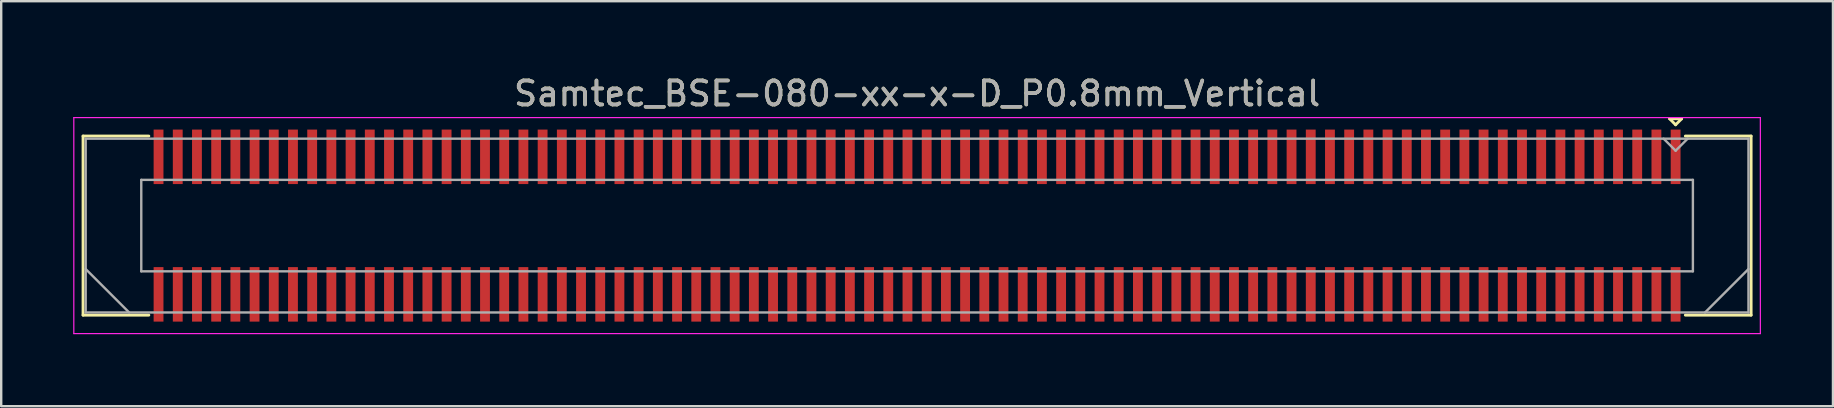
<source format=kicad_pcb>
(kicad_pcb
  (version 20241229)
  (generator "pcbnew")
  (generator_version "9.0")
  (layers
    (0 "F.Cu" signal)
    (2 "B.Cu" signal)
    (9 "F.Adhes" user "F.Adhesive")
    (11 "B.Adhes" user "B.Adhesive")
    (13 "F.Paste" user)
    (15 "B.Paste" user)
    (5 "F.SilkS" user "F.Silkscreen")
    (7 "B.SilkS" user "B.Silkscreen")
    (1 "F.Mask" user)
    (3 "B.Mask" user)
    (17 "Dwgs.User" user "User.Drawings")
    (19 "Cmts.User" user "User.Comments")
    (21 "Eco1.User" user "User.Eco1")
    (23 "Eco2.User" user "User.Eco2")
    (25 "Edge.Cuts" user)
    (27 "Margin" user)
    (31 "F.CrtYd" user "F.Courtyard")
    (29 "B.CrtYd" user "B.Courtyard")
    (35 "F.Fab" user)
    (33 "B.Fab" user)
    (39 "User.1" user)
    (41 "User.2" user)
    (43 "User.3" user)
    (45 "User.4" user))
  (footprint "Samtec_BSE-080-xx-x-D_P0.8mm_Vertical"
    (layer "F.Cu")
    (at 35.155 6.348)
    (property "Reference" "Samtec_BSE-080-xx-x-D_P0.8mm_Vertical" (at 0 -5.5 0) (layer "F.SilkS") (effects (font (size 1 1) (thickness 0.15))))
    (attr smd)
    (fp_line (start -34.745 -3.73) (end -32.005 -3.73) (stroke (width 0.12) (type solid)) (layer "F.SilkS"))
    (fp_line (start -34.745 3.73) (end -34.745 -3.73) (stroke (width 0.12) (type solid)) (layer "F.SilkS"))
    (fp_line (start -32.005 3.73) (end -34.745 3.73) (stroke (width 0.12) (type solid)) (layer "F.SilkS"))
    (fp_line (start 31.35 -4.45) (end 31.85 -4.45) (stroke (width 0.12) (type solid)) (layer "F.SilkS"))
    (fp_line (start 31.6 -4.2) (end 31.35 -4.45) (stroke (width 0.12) (type solid)) (layer "F.SilkS"))
    (fp_line (start 31.85 -4.45) (end 31.6 -4.2) (stroke (width 0.12) (type solid)) (layer "F.SilkS"))
    (fp_line (start 32.005 3.73) (end 34.745 3.73) (stroke (width 0.12) (type solid)) (layer "F.SilkS"))
    (fp_line (start 34.745 -3.73) (end 32.005 -3.73) (stroke (width 0.12) (type solid)) (layer "F.SilkS"))
    (fp_line (start 34.745 3.73) (end 34.745 -3.73) (stroke (width 0.12) (type solid)) (layer "F.SilkS"))
    (fp_line (start -35.13 -4.5) (end -35.13 4.5) (stroke (width 0.05) (type solid)) (layer "F.CrtYd"))
    (fp_line (start -35.13 4.5) (end 35.13 4.5) (stroke (width 0.05) (type solid)) (layer "F.CrtYd"))
    (fp_line (start 35.13 -4.5) (end -35.13 -4.5) (stroke (width 0.05) (type solid)) (layer "F.CrtYd"))
    (fp_line (start 35.13 4.5) (end 35.13 -4.5) (stroke (width 0.05) (type solid)) (layer "F.CrtYd"))
    (fp_line (start -34.635 -3.62) (end -34.635 3.62) (stroke (width 0.1) (type solid)) (layer "F.Fab"))
    (fp_line (start -34.635 1.81) (end -32.825 3.62) (stroke (width 0.1) (type solid)) (layer "F.Fab"))
    (fp_line (start -34.635 3.62) (end 34.635 3.62) (stroke (width 0.1) (type solid)) (layer "F.Fab"))
    (fp_line (start -32.32 -1.905) (end -32.32 1.905) (stroke (width 0.1) (type solid)) (layer "F.Fab"))
    (fp_line (start -32.32 1.905) (end 32.32 1.905) (stroke (width 0.1) (type solid)) (layer "F.Fab"))
    (fp_line (start 31.6 -3.12) (end 31.1 -3.62) (stroke (width 0.1) (type solid)) (layer "F.Fab"))
    (fp_line (start 32.1 -3.62) (end 31.6 -3.12) (stroke (width 0.1) (type solid)) (layer "F.Fab"))
    (fp_line (start 32.32 -1.905) (end -32.32 -1.905) (stroke (width 0.1) (type solid)) (layer "F.Fab"))
    (fp_line (start 32.32 1.905) (end 32.32 -1.905) (stroke (width 0.1) (type solid)) (layer "F.Fab"))
    (fp_line (start 34.635 -3.62) (end -34.635 -3.62) (stroke (width 0.1) (type solid)) (layer "F.Fab"))
    (fp_line (start 34.635 1.81) (end 32.825 3.62) (stroke (width 0.1) (type solid)) (layer "F.Fab"))
    (fp_line (start 34.635 3.62) (end 34.635 -3.62) (stroke (width 0.1) (type solid)) (layer "F.Fab"))
    (fp_text user "${REFERENCE}" (at 0 -5.5 0) (layer "F.Fab") (effects (font (size 1 1) (thickness 0.15))))
    (pad "1" smd rect (at 31.6 -2.865) (size 0.41 2.27) (layers "F.Cu" "F.Mask" "F.Paste"))
    (pad "2" smd rect (at 31.6 2.865) (size 0.41 2.27) (layers "F.Cu" "F.Mask" "F.Paste"))
    (pad "3" smd rect (at 30.8 -2.865) (size 0.41 2.27) (layers "F.Cu" "F.Mask" "F.Paste"))
    (pad "4" smd rect (at 30.8 2.865) (size 0.41 2.27) (layers "F.Cu" "F.Mask" "F.Paste"))
    (pad "5" smd rect (at 30 -2.865) (size 0.41 2.27) (layers "F.Cu" "F.Mask" "F.Paste"))
    (pad "6" smd rect (at 30 2.865) (size 0.41 2.27) (layers "F.Cu" "F.Mask" "F.Paste"))
    (pad "7" smd rect (at 29.2 -2.865) (size 0.41 2.27) (layers "F.Cu" "F.Mask" "F.Paste"))
    (pad "8" smd rect (at 29.2 2.865) (size 0.41 2.27) (layers "F.Cu" "F.Mask" "F.Paste"))
    (pad "9" smd rect (at 28.4 -2.865) (size 0.41 2.27) (layers "F.Cu" "F.Mask" "F.Paste"))
    (pad "10" smd rect (at 28.4 2.865) (size 0.41 2.27) (layers "F.Cu" "F.Mask" "F.Paste"))
    (pad "11" smd rect (at 27.6 -2.865) (size 0.41 2.27) (layers "F.Cu" "F.Mask" "F.Paste"))
    (pad "12" smd rect (at 27.6 2.865) (size 0.41 2.27) (layers "F.Cu" "F.Mask" "F.Paste"))
    (pad "13" smd rect (at 26.8 -2.865) (size 0.41 2.27) (layers "F.Cu" "F.Mask" "F.Paste"))
    (pad "14" smd rect (at 26.8 2.865) (size 0.41 2.27) (layers "F.Cu" "F.Mask" "F.Paste"))
    (pad "15" smd rect (at 26 -2.865) (size 0.41 2.27) (layers "F.Cu" "F.Mask" "F.Paste"))
    (pad "16" smd rect (at 26 2.865) (size 0.41 2.27) (layers "F.Cu" "F.Mask" "F.Paste"))
    (pad "17" smd rect (at 25.2 -2.865) (size 0.41 2.27) (layers "F.Cu" "F.Mask" "F.Paste"))
    (pad "18" smd rect (at 25.2 2.865) (size 0.41 2.27) (layers "F.Cu" "F.Mask" "F.Paste"))
    (pad "19" smd rect (at 24.4 -2.865) (size 0.41 2.27) (layers "F.Cu" "F.Mask" "F.Paste"))
    (pad "20" smd rect (at 24.4 2.865) (size 0.41 2.27) (layers "F.Cu" "F.Mask" "F.Paste"))
    (pad "21" smd rect (at 23.6 -2.865) (size 0.41 2.27) (layers "F.Cu" "F.Mask" "F.Paste"))
    (pad "22" smd rect (at 23.6 2.865) (size 0.41 2.27) (layers "F.Cu" "F.Mask" "F.Paste"))
    (pad "23" smd rect (at 22.8 -2.865) (size 0.41 2.27) (layers "F.Cu" "F.Mask" "F.Paste"))
    (pad "24" smd rect (at 22.8 2.865) (size 0.41 2.27) (layers "F.Cu" "F.Mask" "F.Paste"))
    (pad "25" smd rect (at 22 -2.865) (size 0.41 2.27) (layers "F.Cu" "F.Mask" "F.Paste"))
    (pad "26" smd rect (at 22 2.865) (size 0.41 2.27) (layers "F.Cu" "F.Mask" "F.Paste"))
    (pad "27" smd rect (at 21.2 -2.865) (size 0.41 2.27) (layers "F.Cu" "F.Mask" "F.Paste"))
    (pad "28" smd rect (at 21.2 2.865) (size 0.41 2.27) (layers "F.Cu" "F.Mask" "F.Paste"))
    (pad "29" smd rect (at 20.4 -2.865) (size 0.41 2.27) (layers "F.Cu" "F.Mask" "F.Paste"))
    (pad "30" smd rect (at 20.4 2.865) (size 0.41 2.27) (layers "F.Cu" "F.Mask" "F.Paste"))
    (pad "31" smd rect (at 19.6 -2.865) (size 0.41 2.27) (layers "F.Cu" "F.Mask" "F.Paste"))
    (pad "32" smd rect (at 19.6 2.865) (size 0.41 2.27) (layers "F.Cu" "F.Mask" "F.Paste"))
    (pad "33" smd rect (at 18.8 -2.865) (size 0.41 2.27) (layers "F.Cu" "F.Mask" "F.Paste"))
    (pad "34" smd rect (at 18.8 2.865) (size 0.41 2.27) (layers "F.Cu" "F.Mask" "F.Paste"))
    (pad "35" smd rect (at 18 -2.865) (size 0.41 2.27) (layers "F.Cu" "F.Mask" "F.Paste"))
    (pad "36" smd rect (at 18 2.865) (size 0.41 2.27) (layers "F.Cu" "F.Mask" "F.Paste"))
    (pad "37" smd rect (at 17.2 -2.865) (size 0.41 2.27) (layers "F.Cu" "F.Mask" "F.Paste"))
    (pad "38" smd rect (at 17.2 2.865) (size 0.41 2.27) (layers "F.Cu" "F.Mask" "F.Paste"))
    (pad "39" smd rect (at 16.4 -2.865) (size 0.41 2.27) (layers "F.Cu" "F.Mask" "F.Paste"))
    (pad "40" smd rect (at 16.4 2.865) (size 0.41 2.27) (layers "F.Cu" "F.Mask" "F.Paste"))
    (pad "41" smd rect (at 15.6 -2.865) (size 0.41 2.27) (layers "F.Cu" "F.Mask" "F.Paste"))
    (pad "42" smd rect (at 15.6 2.865) (size 0.41 2.27) (layers "F.Cu" "F.Mask" "F.Paste"))
    (pad "43" smd rect (at 14.8 -2.865) (size 0.41 2.27) (layers "F.Cu" "F.Mask" "F.Paste"))
    (pad "44" smd rect (at 14.8 2.865) (size 0.41 2.27) (layers "F.Cu" "F.Mask" "F.Paste"))
    (pad "45" smd rect (at 14 -2.865) (size 0.41 2.27) (layers "F.Cu" "F.Mask" "F.Paste"))
    (pad "46" smd rect (at 14 2.865) (size 0.41 2.27) (layers "F.Cu" "F.Mask" "F.Paste"))
    (pad "47" smd rect (at 13.2 -2.865) (size 0.41 2.27) (layers "F.Cu" "F.Mask" "F.Paste"))
    (pad "48" smd rect (at 13.2 2.865) (size 0.41 2.27) (layers "F.Cu" "F.Mask" "F.Paste"))
    (pad "49" smd rect (at 12.4 -2.865) (size 0.41 2.27) (layers "F.Cu" "F.Mask" "F.Paste"))
    (pad "50" smd rect (at 12.4 2.865) (size 0.41 2.27) (layers "F.Cu" "F.Mask" "F.Paste"))
    (pad "51" smd rect (at 11.6 -2.865) (size 0.41 2.27) (layers "F.Cu" "F.Mask" "F.Paste"))
    (pad "52" smd rect (at 11.6 2.865) (size 0.41 2.27) (layers "F.Cu" "F.Mask" "F.Paste"))
    (pad "53" smd rect (at 10.8 -2.865) (size 0.41 2.27) (layers "F.Cu" "F.Mask" "F.Paste"))
    (pad "54" smd rect (at 10.8 2.865) (size 0.41 2.27) (layers "F.Cu" "F.Mask" "F.Paste"))
    (pad "55" smd rect (at 10 -2.865) (size 0.41 2.27) (layers "F.Cu" "F.Mask" "F.Paste"))
    (pad "56" smd rect (at 10 2.865) (size 0.41 2.27) (layers "F.Cu" "F.Mask" "F.Paste"))
    (pad "57" smd rect (at 9.2 -2.865) (size 0.41 2.27) (layers "F.Cu" "F.Mask" "F.Paste"))
    (pad "58" smd rect (at 9.2 2.865) (size 0.41 2.27) (layers "F.Cu" "F.Mask" "F.Paste"))
    (pad "59" smd rect (at 8.4 -2.865) (size 0.41 2.27) (layers "F.Cu" "F.Mask" "F.Paste"))
    (pad "60" smd rect (at 8.4 2.865) (size 0.41 2.27) (layers "F.Cu" "F.Mask" "F.Paste"))
    (pad "61" smd rect (at 7.6 -2.865) (size 0.41 2.27) (layers "F.Cu" "F.Mask" "F.Paste"))
    (pad "62" smd rect (at 7.6 2.865) (size 0.41 2.27) (layers "F.Cu" "F.Mask" "F.Paste"))
    (pad "63" smd rect (at 6.8 -2.865) (size 0.41 2.27) (layers "F.Cu" "F.Mask" "F.Paste"))
    (pad "64" smd rect (at 6.8 2.865) (size 0.41 2.27) (layers "F.Cu" "F.Mask" "F.Paste"))
    (pad "65" smd rect (at 6 -2.865) (size 0.41 2.27) (layers "F.Cu" "F.Mask" "F.Paste"))
    (pad "66" smd rect (at 6 2.865) (size 0.41 2.27) (layers "F.Cu" "F.Mask" "F.Paste"))
    (pad "67" smd rect (at 5.2 -2.865) (size 0.41 2.27) (layers "F.Cu" "F.Mask" "F.Paste"))
    (pad "68" smd rect (at 5.2 2.865) (size 0.41 2.27) (layers "F.Cu" "F.Mask" "F.Paste"))
    (pad "69" smd rect (at 4.4 -2.865) (size 0.41 2.27) (layers "F.Cu" "F.Mask" "F.Paste"))
    (pad "70" smd rect (at 4.4 2.865) (size 0.41 2.27) (layers "F.Cu" "F.Mask" "F.Paste"))
    (pad "71" smd rect (at 3.6 -2.865) (size 0.41 2.27) (layers "F.Cu" "F.Mask" "F.Paste"))
    (pad "72" smd rect (at 3.6 2.865) (size 0.41 2.27) (layers "F.Cu" "F.Mask" "F.Paste"))
    (pad "73" smd rect (at 2.8 -2.865) (size 0.41 2.27) (layers "F.Cu" "F.Mask" "F.Paste"))
    (pad "74" smd rect (at 2.8 2.865) (size 0.41 2.27) (layers "F.Cu" "F.Mask" "F.Paste"))
    (pad "75" smd rect (at 2 -2.865) (size 0.41 2.27) (layers "F.Cu" "F.Mask" "F.Paste"))
    (pad "76" smd rect (at 2 2.865) (size 0.41 2.27) (layers "F.Cu" "F.Mask" "F.Paste"))
    (pad "77" smd rect (at 1.2 -2.865) (size 0.41 2.27) (layers "F.Cu" "F.Mask" "F.Paste"))
    (pad "78" smd rect (at 1.2 2.865) (size 0.41 2.27) (layers "F.Cu" "F.Mask" "F.Paste"))
    (pad "79" smd rect (at 0.4 -2.865) (size 0.41 2.27) (layers "F.Cu" "F.Mask" "F.Paste"))
    (pad "80" smd rect (at 0.4 2.865) (size 0.41 2.27) (layers "F.Cu" "F.Mask" "F.Paste"))
    (pad "81" smd rect (at -0.4 -2.865) (size 0.41 2.27) (layers "F.Cu" "F.Mask" "F.Paste"))
    (pad "82" smd rect (at -0.4 2.865) (size 0.41 2.27) (layers "F.Cu" "F.Mask" "F.Paste"))
    (pad "83" smd rect (at -1.2 -2.865) (size 0.41 2.27) (layers "F.Cu" "F.Mask" "F.Paste"))
    (pad "84" smd rect (at -1.2 2.865) (size 0.41 2.27) (layers "F.Cu" "F.Mask" "F.Paste"))
    (pad "85" smd rect (at -2 -2.865) (size 0.41 2.27) (layers "F.Cu" "F.Mask" "F.Paste"))
    (pad "86" smd rect (at -2 2.865) (size 0.41 2.27) (layers "F.Cu" "F.Mask" "F.Paste"))
    (pad "87" smd rect (at -2.8 -2.865) (size 0.41 2.27) (layers "F.Cu" "F.Mask" "F.Paste"))
    (pad "88" smd rect (at -2.8 2.865) (size 0.41 2.27) (layers "F.Cu" "F.Mask" "F.Paste"))
    (pad "89" smd rect (at -3.6 -2.865) (size 0.41 2.27) (layers "F.Cu" "F.Mask" "F.Paste"))
    (pad "90" smd rect (at -3.6 2.865) (size 0.41 2.27) (layers "F.Cu" "F.Mask" "F.Paste"))
    (pad "91" smd rect (at -4.4 -2.865) (size 0.41 2.27) (layers "F.Cu" "F.Mask" "F.Paste"))
    (pad "92" smd rect (at -4.4 2.865) (size 0.41 2.27) (layers "F.Cu" "F.Mask" "F.Paste"))
    (pad "93" smd rect (at -5.2 -2.865) (size 0.41 2.27) (layers "F.Cu" "F.Mask" "F.Paste"))
    (pad "94" smd rect (at -5.2 2.865) (size 0.41 2.27) (layers "F.Cu" "F.Mask" "F.Paste"))
    (pad "95" smd rect (at -6 -2.865) (size 0.41 2.27) (layers "F.Cu" "F.Mask" "F.Paste"))
    (pad "96" smd rect (at -6 2.865) (size 0.41 2.27) (layers "F.Cu" "F.Mask" "F.Paste"))
    (pad "97" smd rect (at -6.8 -2.865) (size 0.41 2.27) (layers "F.Cu" "F.Mask" "F.Paste"))
    (pad "98" smd rect (at -6.8 2.865) (size 0.41 2.27) (layers "F.Cu" "F.Mask" "F.Paste"))
    (pad "99" smd rect (at -7.6 -2.865) (size 0.41 2.27) (layers "F.Cu" "F.Mask" "F.Paste"))
    (pad "100" smd rect (at -7.6 2.865) (size 0.41 2.27) (layers "F.Cu" "F.Mask" "F.Paste"))
    (pad "101" smd rect (at -8.4 -2.865) (size 0.41 2.27) (layers "F.Cu" "F.Mask" "F.Paste"))
    (pad "102" smd rect (at -8.4 2.865) (size 0.41 2.27) (layers "F.Cu" "F.Mask" "F.Paste"))
    (pad "103" smd rect (at -9.2 -2.865) (size 0.41 2.27) (layers "F.Cu" "F.Mask" "F.Paste"))
    (pad "104" smd rect (at -9.2 2.865) (size 0.41 2.27) (layers "F.Cu" "F.Mask" "F.Paste"))
    (pad "105" smd rect (at -10 -2.865) (size 0.41 2.27) (layers "F.Cu" "F.Mask" "F.Paste"))
    (pad "106" smd rect (at -10 2.865) (size 0.41 2.27) (layers "F.Cu" "F.Mask" "F.Paste"))
    (pad "107" smd rect (at -10.8 -2.865) (size 0.41 2.27) (layers "F.Cu" "F.Mask" "F.Paste"))
    (pad "108" smd rect (at -10.8 2.865) (size 0.41 2.27) (layers "F.Cu" "F.Mask" "F.Paste"))
    (pad "109" smd rect (at -11.6 -2.865) (size 0.41 2.27) (layers "F.Cu" "F.Mask" "F.Paste"))
    (pad "110" smd rect (at -11.6 2.865) (size 0.41 2.27) (layers "F.Cu" "F.Mask" "F.Paste"))
    (pad "111" smd rect (at -12.4 -2.865) (size 0.41 2.27) (layers "F.Cu" "F.Mask" "F.Paste"))
    (pad "112" smd rect (at -12.4 2.865) (size 0.41 2.27) (layers "F.Cu" "F.Mask" "F.Paste"))
    (pad "113" smd rect (at -13.2 -2.865) (size 0.41 2.27) (layers "F.Cu" "F.Mask" "F.Paste"))
    (pad "114" smd rect (at -13.2 2.865) (size 0.41 2.27) (layers "F.Cu" "F.Mask" "F.Paste"))
    (pad "115" smd rect (at -14 -2.865) (size 0.41 2.27) (layers "F.Cu" "F.Mask" "F.Paste"))
    (pad "116" smd rect (at -14 2.865) (size 0.41 2.27) (layers "F.Cu" "F.Mask" "F.Paste"))
    (pad "117" smd rect (at -14.8 -2.865) (size 0.41 2.27) (layers "F.Cu" "F.Mask" "F.Paste"))
    (pad "118" smd rect (at -14.8 2.865) (size 0.41 2.27) (layers "F.Cu" "F.Mask" "F.Paste"))
    (pad "119" smd rect (at -15.6 -2.865) (size 0.41 2.27) (layers "F.Cu" "F.Mask" "F.Paste"))
    (pad "120" smd rect (at -15.6 2.865) (size 0.41 2.27) (layers "F.Cu" "F.Mask" "F.Paste"))
    (pad "121" smd rect (at -16.4 -2.865) (size 0.41 2.27) (layers "F.Cu" "F.Mask" "F.Paste"))
    (pad "122" smd rect (at -16.4 2.865) (size 0.41 2.27) (layers "F.Cu" "F.Mask" "F.Paste"))
    (pad "123" smd rect (at -17.2 -2.865) (size 0.41 2.27) (layers "F.Cu" "F.Mask" "F.Paste"))
    (pad "124" smd rect (at -17.2 2.865) (size 0.41 2.27) (layers "F.Cu" "F.Mask" "F.Paste"))
    (pad "125" smd rect (at -18 -2.865) (size 0.41 2.27) (layers "F.Cu" "F.Mask" "F.Paste"))
    (pad "126" smd rect (at -18 2.865) (size 0.41 2.27) (layers "F.Cu" "F.Mask" "F.Paste"))
    (pad "127" smd rect (at -18.8 -2.865) (size 0.41 2.27) (layers "F.Cu" "F.Mask" "F.Paste"))
    (pad "128" smd rect (at -18.8 2.865) (size 0.41 2.27) (layers "F.Cu" "F.Mask" "F.Paste"))
    (pad "129" smd rect (at -19.6 -2.865) (size 0.41 2.27) (layers "F.Cu" "F.Mask" "F.Paste"))
    (pad "130" smd rect (at -19.6 2.865) (size 0.41 2.27) (layers "F.Cu" "F.Mask" "F.Paste"))
    (pad "131" smd rect (at -20.4 -2.865) (size 0.41 2.27) (layers "F.Cu" "F.Mask" "F.Paste"))
    (pad "132" smd rect (at -20.4 2.865) (size 0.41 2.27) (layers "F.Cu" "F.Mask" "F.Paste"))
    (pad "133" smd rect (at -21.2 -2.865) (size 0.41 2.27) (layers "F.Cu" "F.Mask" "F.Paste"))
    (pad "134" smd rect (at -21.2 2.865) (size 0.41 2.27) (layers "F.Cu" "F.Mask" "F.Paste"))
    (pad "135" smd rect (at -22 -2.865) (size 0.41 2.27) (layers "F.Cu" "F.Mask" "F.Paste"))
    (pad "136" smd rect (at -22 2.865) (size 0.41 2.27) (layers "F.Cu" "F.Mask" "F.Paste"))
    (pad "137" smd rect (at -22.8 -2.865) (size 0.41 2.27) (layers "F.Cu" "F.Mask" "F.Paste"))
    (pad "138" smd rect (at -22.8 2.865) (size 0.41 2.27) (layers "F.Cu" "F.Mask" "F.Paste"))
    (pad "139" smd rect (at -23.6 -2.865) (size 0.41 2.27) (layers "F.Cu" "F.Mask" "F.Paste"))
    (pad "140" smd rect (at -23.6 2.865) (size 0.41 2.27) (layers "F.Cu" "F.Mask" "F.Paste"))
    (pad "141" smd rect (at -24.4 -2.865) (size 0.41 2.27) (layers "F.Cu" "F.Mask" "F.Paste"))
    (pad "142" smd rect (at -24.4 2.865) (size 0.41 2.27) (layers "F.Cu" "F.Mask" "F.Paste"))
    (pad "143" smd rect (at -25.2 -2.865) (size 0.41 2.27) (layers "F.Cu" "F.Mask" "F.Paste"))
    (pad "144" smd rect (at -25.2 2.865) (size 0.41 2.27) (layers "F.Cu" "F.Mask" "F.Paste"))
    (pad "145" smd rect (at -26 -2.865) (size 0.41 2.27) (layers "F.Cu" "F.Mask" "F.Paste"))
    (pad "146" smd rect (at -26 2.865) (size 0.41 2.27) (layers "F.Cu" "F.Mask" "F.Paste"))
    (pad "147" smd rect (at -26.8 -2.865) (size 0.41 2.27) (layers "F.Cu" "F.Mask" "F.Paste"))
    (pad "148" smd rect (at -26.8 2.865) (size 0.41 2.27) (layers "F.Cu" "F.Mask" "F.Paste"))
    (pad "149" smd rect (at -27.6 -2.865) (size 0.41 2.27) (layers "F.Cu" "F.Mask" "F.Paste"))
    (pad "150" smd rect (at -27.6 2.865) (size 0.41 2.27) (layers "F.Cu" "F.Mask" "F.Paste"))
    (pad "151" smd rect (at -28.4 -2.865) (size 0.41 2.27) (layers "F.Cu" "F.Mask" "F.Paste"))
    (pad "152" smd rect (at -28.4 2.865) (size 0.41 2.27) (layers "F.Cu" "F.Mask" "F.Paste"))
    (pad "153" smd rect (at -29.2 -2.865) (size 0.41 2.27) (layers "F.Cu" "F.Mask" "F.Paste"))
    (pad "154" smd rect (at -29.2 2.865) (size 0.41 2.27) (layers "F.Cu" "F.Mask" "F.Paste"))
    (pad "155" smd rect (at -30 -2.865) (size 0.41 2.27) (layers "F.Cu" "F.Mask" "F.Paste"))
    (pad "156" smd rect (at -30 2.865) (size 0.41 2.27) (layers "F.Cu" "F.Mask" "F.Paste"))
    (pad "157" smd rect (at -30.8 -2.865) (size 0.41 2.27) (layers "F.Cu" "F.Mask" "F.Paste"))
    (pad "158" smd rect (at -30.8 2.865) (size 0.41 2.27) (layers "F.Cu" "F.Mask" "F.Paste"))
    (pad "159" smd rect (at -31.6 -2.865) (size 0.41 2.27) (layers "F.Cu" "F.Mask" "F.Paste"))
    (pad "160" smd rect (at -31.6 2.865) (size 0.41 2.27) (layers "F.Cu" "F.Mask" "F.Paste")))
  (gr_rect
    (start -3 -3)
    (end 73.31 13.873)
    (stroke (width 0.1) (type default))
    (fill no)
    (layer "Edge.Cuts")))
</source>
